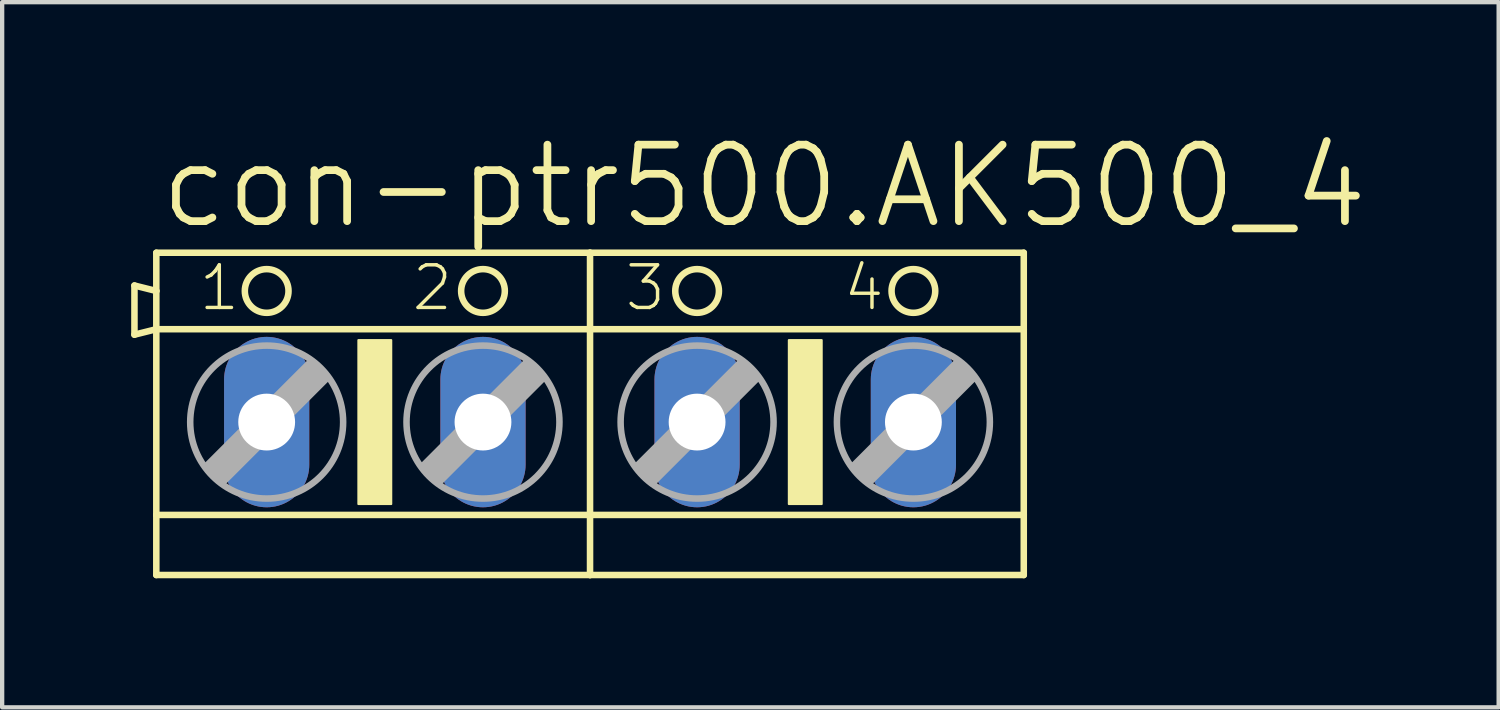
<source format=kicad_pcb>
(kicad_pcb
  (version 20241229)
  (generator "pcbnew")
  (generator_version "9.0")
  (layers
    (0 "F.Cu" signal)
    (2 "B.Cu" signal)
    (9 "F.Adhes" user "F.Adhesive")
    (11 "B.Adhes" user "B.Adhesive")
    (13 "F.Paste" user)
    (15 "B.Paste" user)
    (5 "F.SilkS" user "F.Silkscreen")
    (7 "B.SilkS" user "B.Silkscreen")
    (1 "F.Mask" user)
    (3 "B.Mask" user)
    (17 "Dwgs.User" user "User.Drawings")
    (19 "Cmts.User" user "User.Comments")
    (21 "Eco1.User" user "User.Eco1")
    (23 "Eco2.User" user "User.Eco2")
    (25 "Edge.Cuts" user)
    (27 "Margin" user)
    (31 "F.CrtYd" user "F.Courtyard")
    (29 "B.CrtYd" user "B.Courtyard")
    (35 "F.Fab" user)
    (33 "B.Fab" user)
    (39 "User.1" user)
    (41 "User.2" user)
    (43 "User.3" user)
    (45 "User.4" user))
  (footprint "con-ptr500.AK500_4"
    (layer "F.Cu")
    (at 10.668 6.763)
    (property "Reference" "con-ptr500.AK500_4" (at -10.084 -4.445 0) (layer "F.SilkS") (effects (font (size 1.778 1.778) (thickness 0.18)) (justify left bottom)))
    (attr through_hole)
    (fp_line (start -10.592 -3.175) (end -10.592 -2.032) (stroke (width 0.152) (type default)) (layer "F.SilkS"))
    (fp_line (start -10.592 -2.032) (end -10.084 -2.159) (stroke (width 0.152) (type default)) (layer "F.SilkS"))
    (fp_line (start -10.084 -3.048) (end -10.592 -3.175) (stroke (width 0.152) (type default)) (layer "F.SilkS"))
    (fp_line (start -10.084 -3.048) (end -10.084 -3.937) (stroke (width 0.152) (type default)) (layer "F.SilkS"))
    (fp_line (start -10.084 -2.159) (end -10.084 -3.048) (stroke (width 0.152) (type default)) (layer "F.SilkS"))
    (fp_line (start -10.084 -2.159) (end 0 -2.159) (stroke (width 0.152) (type default)) (layer "F.SilkS"))
    (fp_line (start -10.084 2.159) (end -10.084 -2.159) (stroke (width 0.152) (type default)) (layer "F.SilkS"))
    (fp_line (start -10.084 2.159) (end 0 2.159) (stroke (width 0.152) (type default)) (layer "F.SilkS"))
    (fp_line (start -10.084 3.556) (end -10.084 2.159) (stroke (width 0.152) (type default)) (layer "F.SilkS"))
    (fp_line (start -10.084 3.556) (end 0 3.556) (stroke (width 0.152) (type default)) (layer "F.SilkS"))
    (fp_line (start 0 -3.937) (end -10.084 -3.937) (stroke (width 0.152) (type default)) (layer "F.SilkS"))
    (fp_line (start 0 -2.159) (end 0 -3.937) (stroke (width 0.152) (type default)) (layer "F.SilkS"))
    (fp_line (start 0 -2.159) (end 10.084 -2.159) (stroke (width 0.152) (type default)) (layer "F.SilkS"))
    (fp_line (start 0 2.159) (end 0 -2.159) (stroke (width 0.152) (type default)) (layer "F.SilkS"))
    (fp_line (start 0 2.159) (end 10.084 2.159) (stroke (width 0.152) (type default)) (layer "F.SilkS"))
    (fp_line (start 0 3.556) (end 0 2.159) (stroke (width 0.152) (type default)) (layer "F.SilkS"))
    (fp_line (start 0 3.556) (end 10.084 3.556) (stroke (width 0.152) (type default)) (layer "F.SilkS"))
    (fp_line (start 10.084 -3.937) (end 0 -3.937) (stroke (width 0.152) (type default)) (layer "F.SilkS"))
    (fp_line (start 10.084 -3.937) (end 10.084 -2.159) (stroke (width 0.152) (type default)) (layer "F.SilkS"))
    (fp_line (start 10.084 -2.159) (end 10.084 2.159) (stroke (width 0.152) (type default)) (layer "F.SilkS"))
    (fp_line (start 10.084 2.159) (end 10.084 3.556) (stroke (width 0.152) (type default)) (layer "F.SilkS"))
    (fp_rect (start -5.385 1.905) (end -4.623 -1.905) (stroke (width 0.05) (type default)) (fill yes) (layer "F.SilkS"))
    (fp_rect (start 4.623 1.905) (end 5.385 -1.905) (stroke (width 0.05) (type default)) (fill yes) (layer "F.SilkS"))
    (fp_circle (center -7.518 -3.048) (end -7.01 -3.048) (stroke (width 0.152) (type default)) (fill no) (layer "F.SilkS"))
    (fp_circle (center -2.489 -3.048) (end -1.981 -3.048) (stroke (width 0.152) (type default)) (fill no) (layer "F.SilkS"))
    (fp_circle (center 2.489 -3.048) (end 2.997 -3.048) (stroke (width 0.152) (type default)) (fill no) (layer "F.SilkS"))
    (fp_circle (center 7.518 -3.048) (end 8.026 -3.048) (stroke (width 0.152) (type default)) (fill no) (layer "F.SilkS"))
    (fp_line (start -8.915 1.016) (end -8.534 1.397) (stroke (width 0.152) (type default)) (layer "F.Fab"))
    (fp_line (start -8.915 1.016) (end -6.502 -1.397) (stroke (width 0.152) (type default)) (layer "F.Fab"))
    (fp_line (start -8.534 1.016) (end -6.502 -1.016) (stroke (width 0.61) (type default)) (layer "F.Fab"))
    (fp_line (start -8.534 1.397) (end -6.121 -1.016) (stroke (width 0.152) (type default)) (layer "F.Fab"))
    (fp_line (start -6.502 -1.397) (end -6.121 -1.016) (stroke (width 0.152) (type default)) (layer "F.Fab"))
    (fp_line (start -3.886 1.016) (end -3.505 1.397) (stroke (width 0.152) (type default)) (layer "F.Fab"))
    (fp_line (start -3.886 1.016) (end -1.473 -1.397) (stroke (width 0.152) (type default)) (layer "F.Fab"))
    (fp_line (start -3.505 1.016) (end -1.473 -1.016) (stroke (width 0.61) (type default)) (layer "F.Fab"))
    (fp_line (start -3.505 1.397) (end -1.092 -1.016) (stroke (width 0.152) (type default)) (layer "F.Fab"))
    (fp_line (start -1.473 -1.397) (end -1.092 -1.016) (stroke (width 0.152) (type default)) (layer "F.Fab"))
    (fp_line (start 1.092 1.016) (end 1.473 1.397) (stroke (width 0.152) (type default)) (layer "F.Fab"))
    (fp_line (start 1.092 1.016) (end 3.505 -1.397) (stroke (width 0.152) (type default)) (layer "F.Fab"))
    (fp_line (start 1.473 1.016) (end 3.505 -1.016) (stroke (width 0.61) (type default)) (layer "F.Fab"))
    (fp_line (start 1.473 1.397) (end 3.886 -1.016) (stroke (width 0.152) (type default)) (layer "F.Fab"))
    (fp_line (start 3.505 -1.397) (end 3.886 -1.016) (stroke (width 0.152) (type default)) (layer "F.Fab"))
    (fp_line (start 6.121 1.016) (end 6.502 1.397) (stroke (width 0.152) (type default)) (layer "F.Fab"))
    (fp_line (start 6.121 1.016) (end 8.534 -1.397) (stroke (width 0.152) (type default)) (layer "F.Fab"))
    (fp_line (start 6.502 1.016) (end 8.534 -1.016) (stroke (width 0.61) (type default)) (layer "F.Fab"))
    (fp_line (start 6.502 1.397) (end 8.915 -1.016) (stroke (width 0.152) (type default)) (layer "F.Fab"))
    (fp_line (start 8.534 -1.397) (end 8.915 -1.016) (stroke (width 0.152) (type default)) (layer "F.Fab"))
    (fp_circle (center -7.518 0) (end -5.74 0) (stroke (width 0.152) (type default)) (fill no) (layer "F.Fab"))
    (fp_circle (center -2.489 0) (end -0.711 0) (stroke (width 0.152) (type default)) (fill no) (layer "F.Fab"))
    (fp_circle (center 2.489 0) (end 4.267 0) (stroke (width 0.152) (type default)) (fill no) (layer "F.Fab"))
    (fp_circle (center 7.518 0) (end 9.296 0) (stroke (width 0.152) (type default)) (fill no) (layer "F.Fab"))
    (fp_text user "2" (at -4.191 -2.54 0) (layer "F.SilkS") (effects (font (size 0.991 0.991) (thickness 0.08)) (justify left bottom)))
    (fp_text user "4" (at 5.842 -2.54 0) (layer "F.SilkS") (effects (font (size 0.991 0.991) (thickness 0.08)) (justify left bottom)))
    (fp_text user "3" (at 0.762 -2.54 0) (layer "F.SilkS") (effects (font (size 0.991 0.991) (thickness 0.08)) (justify left bottom)))
    (fp_text user "1" (at -9.144 -2.54 0) (layer "F.SilkS") (effects (font (size 0.991 0.991) (thickness 0.08)) (justify left bottom)))
    (pad "1" thru_hole oval (at -7.518 0 90) (size 3.962 1.981) (drill 1.321) (layers "*.Cu" "*.Mask"))
    (pad "2" thru_hole oval (at -2.489 0 90) (size 3.962 1.981) (drill 1.321) (layers "*.Cu" "*.Mask"))
    (pad "3" thru_hole oval (at 2.489 0 90) (size 3.962 1.981) (drill 1.321) (layers "*.Cu" "*.Mask"))
    (pad "4" thru_hole oval (at 7.518 0 90) (size 3.962 1.981) (drill 1.321) (layers "*.Cu" "*.Mask")))
  (gr_rect
    (start -3 -3)
    (end 31.793 13.395)
    (stroke (width 0.1) (type default))
    (fill no)
    (layer "Edge.Cuts")))
</source>
